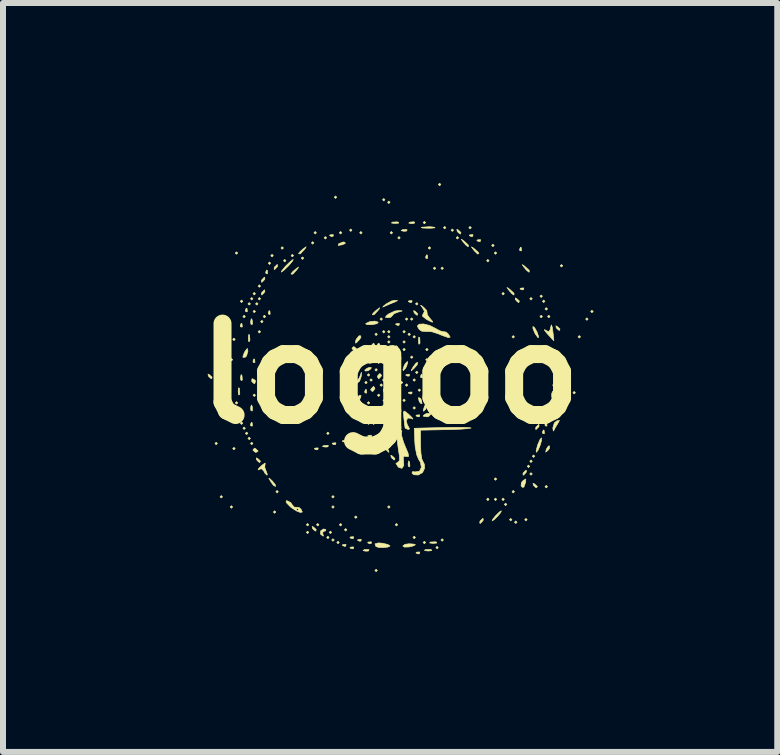
<source format=kicad_pcb>
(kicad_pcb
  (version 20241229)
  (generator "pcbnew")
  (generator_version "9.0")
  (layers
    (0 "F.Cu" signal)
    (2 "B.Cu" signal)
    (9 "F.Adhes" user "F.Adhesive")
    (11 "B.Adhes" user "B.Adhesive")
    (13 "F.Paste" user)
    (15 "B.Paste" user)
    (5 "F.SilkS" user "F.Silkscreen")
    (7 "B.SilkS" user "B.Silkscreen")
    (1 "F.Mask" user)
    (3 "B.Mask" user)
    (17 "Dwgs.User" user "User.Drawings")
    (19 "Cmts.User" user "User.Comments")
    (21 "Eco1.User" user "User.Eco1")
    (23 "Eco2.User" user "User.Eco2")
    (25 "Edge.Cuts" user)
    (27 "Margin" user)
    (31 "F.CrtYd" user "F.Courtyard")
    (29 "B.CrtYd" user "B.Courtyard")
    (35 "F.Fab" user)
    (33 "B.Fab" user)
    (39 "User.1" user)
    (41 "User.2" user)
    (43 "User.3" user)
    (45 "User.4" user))
  (footprint "logoo"
    (layer "F.Cu")
    (at 3.454 3.18)
    (property "Reference" "logoo" (at 0 0 0) (layer "F.SilkS") (effects (font (size 1.524 1.524) (thickness 0.3))))
    (attr through_hole)
    (fp_poly (pts (xy -2.879 1.164) (xy -2.9 1.185) (xy -2.921 1.164) (xy -2.9 1.143) (xy -2.879 1.164)) (stroke (width 0.01) (type solid)) (fill yes) (layer "F.SilkS"))
    (fp_poly (pts (xy -2.794 2.053) (xy -2.815 2.074) (xy -2.836 2.053) (xy -2.815 2.032) (xy -2.794 2.053)) (stroke (width 0.01) (type solid)) (fill yes) (layer "F.SilkS"))
    (fp_poly (pts (xy -2.667 0.318) (xy -2.688 0.339) (xy -2.709 0.318) (xy -2.688 0.296) (xy -2.667 0.318)) (stroke (width 0.01) (type solid)) (fill yes) (layer "F.SilkS"))
    (fp_poly (pts (xy -2.625 -0.233) (xy -2.646 -0.212) (xy -2.667 -0.233) (xy -2.646 -0.254) (xy -2.625 -0.233)) (stroke (width 0.01) (type solid)) (fill yes) (layer "F.SilkS"))
    (fp_poly (pts (xy -2.625 2.223) (xy -2.646 2.244) (xy -2.667 2.223) (xy -2.646 2.201) (xy -2.625 2.223)) (stroke (width 0.01) (type solid)) (fill yes) (layer "F.SilkS"))
    (fp_poly (pts (xy -2.582 -0.572) (xy -2.603 -0.55) (xy -2.625 -0.572) (xy -2.603 -0.593) (xy -2.582 -0.572)) (stroke (width 0.01) (type solid)) (fill yes) (layer "F.SilkS"))
    (fp_poly (pts (xy -2.582 1.249) (xy -2.603 1.27) (xy -2.625 1.249) (xy -2.603 1.228) (xy -2.582 1.249)) (stroke (width 0.01) (type solid)) (fill yes) (layer "F.SilkS"))
    (fp_poly (pts (xy -2.54 -2.011) (xy -2.561 -1.99) (xy -2.582 -2.011) (xy -2.561 -2.032) (xy -2.54 -2.011)) (stroke (width 0.01) (type solid)) (fill yes) (layer "F.SilkS"))
    (fp_poly (pts (xy -2.54 0.487) (xy -2.561 0.508) (xy -2.582 0.487) (xy -2.561 0.466) (xy -2.54 0.487)) (stroke (width 0.01) (type solid)) (fill yes) (layer "F.SilkS"))
    (fp_poly (pts (xy -2.498 0.699) (xy -2.519 0.72) (xy -2.54 0.699) (xy -2.519 0.677) (xy -2.498 0.699)) (stroke (width 0.01) (type solid)) (fill yes) (layer "F.SilkS"))
    (fp_poly (pts (xy -2.455 -1.206) (xy -2.477 -1.185) (xy -2.498 -1.206) (xy -2.477 -1.228) (xy -2.455 -1.206)) (stroke (width 0.01) (type solid)) (fill yes) (layer "F.SilkS"))
    (fp_poly (pts (xy -2.455 0.826) (xy -2.477 0.847) (xy -2.498 0.826) (xy -2.477 0.804) (xy -2.455 0.826)) (stroke (width 0.01) (type solid)) (fill yes) (layer "F.SilkS"))
    (fp_poly (pts (xy -2.413 -0.953) (xy -2.434 -0.931) (xy -2.455 -0.953) (xy -2.434 -0.974) (xy -2.413 -0.953)) (stroke (width 0.01) (type solid)) (fill yes) (layer "F.SilkS"))
    (fp_poly (pts (xy -2.413 0.91) (xy -2.434 0.931) (xy -2.455 0.91) (xy -2.434 0.889) (xy -2.413 0.91)) (stroke (width 0.01) (type solid)) (fill yes) (layer "F.SilkS"))
    (fp_poly (pts (xy -2.371 0.995) (xy -2.392 1.016) (xy -2.413 0.995) (xy -2.392 0.974) (xy -2.371 0.995)) (stroke (width 0.01) (type solid)) (fill yes) (layer "F.SilkS"))
    (fp_poly (pts (xy -2.328 -1.164) (xy -2.349 -1.143) (xy -2.371 -1.164) (xy -2.349 -1.185) (xy -2.328 -1.164)) (stroke (width 0.01) (type solid)) (fill yes) (layer "F.SilkS"))
    (fp_poly (pts (xy -2.328 1.079) (xy -2.349 1.101) (xy -2.371 1.079) (xy -2.349 1.058) (xy -2.328 1.079)) (stroke (width 0.01) (type solid)) (fill yes) (layer "F.SilkS"))
    (fp_poly (pts (xy -2.286 -1.249) (xy -2.307 -1.228) (xy -2.328 -1.249) (xy -2.307 -1.27) (xy -2.286 -1.249)) (stroke (width 0.01) (type solid)) (fill yes) (layer "F.SilkS"))
    (fp_poly (pts (xy -2.286 1.164) (xy -2.307 1.185) (xy -2.328 1.164) (xy -2.307 1.143) (xy -2.286 1.164)) (stroke (width 0.01) (type solid)) (fill yes) (layer "F.SilkS"))
    (fp_poly (pts (xy -2.244 -1.333) (xy -2.265 -1.312) (xy -2.286 -1.333) (xy -2.265 -1.355) (xy -2.244 -1.333)) (stroke (width 0.01) (type solid)) (fill yes) (layer "F.SilkS"))
    (fp_poly (pts (xy -2.244 -1.037) (xy -2.265 -1.016) (xy -2.286 -1.037) (xy -2.265 -1.058) (xy -2.244 -1.037)) (stroke (width 0.01) (type solid)) (fill yes) (layer "F.SilkS"))
    (fp_poly (pts (xy -2.244 0.36) (xy -2.265 0.381) (xy -2.286 0.36) (xy -2.265 0.339) (xy -2.244 0.36)) (stroke (width 0.01) (type solid)) (fill yes) (layer "F.SilkS"))
    (fp_poly (pts (xy -2.201 -1.164) (xy -2.223 -1.143) (xy -2.244 -1.164) (xy -2.223 -1.185) (xy -2.201 -1.164)) (stroke (width 0.01) (type solid)) (fill yes) (layer "F.SilkS"))
    (fp_poly (pts (xy -2.159 -1.46) (xy -2.18 -1.439) (xy -2.201 -1.46) (xy -2.18 -1.482) (xy -2.159 -1.46)) (stroke (width 0.01) (type solid)) (fill yes) (layer "F.SilkS"))
    (fp_poly (pts (xy -2.159 -1.249) (xy -2.18 -1.228) (xy -2.201 -1.249) (xy -2.18 -1.27) (xy -2.159 -1.249)) (stroke (width 0.01) (type solid)) (fill yes) (layer "F.SilkS"))
    (fp_poly (pts (xy -2.159 -0.699) (xy -2.18 -0.677) (xy -2.201 -0.699) (xy -2.18 -0.72) (xy -2.159 -0.699)) (stroke (width 0.01) (type solid)) (fill yes) (layer "F.SilkS"))
    (fp_poly (pts (xy -2.117 -0.868) (xy -2.138 -0.847) (xy -2.159 -0.868) (xy -2.138 -0.889) (xy -2.117 -0.868)) (stroke (width 0.01) (type solid)) (fill yes) (layer "F.SilkS"))
    (fp_poly (pts (xy -2.074 -0.953) (xy -2.095 -0.931) (xy -2.117 -0.953) (xy -2.095 -0.974) (xy -2.074 -0.953)) (stroke (width 0.01) (type solid)) (fill yes) (layer "F.SilkS"))
    (fp_poly (pts (xy -1.99 -1.841) (xy -2.011 -1.82) (xy -2.032 -1.841) (xy -2.011 -1.863) (xy -1.99 -1.841)) (stroke (width 0.01) (type solid)) (fill yes) (layer "F.SilkS"))
    (fp_poly (pts (xy -1.947 -1.968) (xy -1.968 -1.947) (xy -1.99 -1.968) (xy -1.968 -1.99) (xy -1.947 -1.968)) (stroke (width 0.01) (type solid)) (fill yes) (layer "F.SilkS"))
    (fp_poly (pts (xy -1.905 2.307) (xy -1.926 2.328) (xy -1.947 2.307) (xy -1.926 2.286) (xy -1.905 2.307)) (stroke (width 0.01) (type solid)) (fill yes) (layer "F.SilkS"))
    (fp_poly (pts (xy -1.863 1.968) (xy -1.884 1.99) (xy -1.905 1.968) (xy -1.884 1.947) (xy -1.863 1.968)) (stroke (width 0.01) (type solid)) (fill yes) (layer "F.SilkS"))
    (fp_poly (pts (xy -1.778 -2.095) (xy -1.799 -2.074) (xy -1.82 -2.095) (xy -1.799 -2.117) (xy -1.778 -2.095)) (stroke (width 0.01) (type solid)) (fill yes) (layer "F.SilkS"))
    (fp_poly (pts (xy -1.736 -1.884) (xy -1.757 -1.863) (xy -1.778 -1.884) (xy -1.757 -1.905) (xy -1.736 -1.884)) (stroke (width 0.01) (type solid)) (fill yes) (layer "F.SilkS"))
    (fp_poly (pts (xy -1.609 -1.968) (xy -1.63 -1.947) (xy -1.651 -1.968) (xy -1.63 -1.99) (xy -1.609 -1.968)) (stroke (width 0.01) (type solid)) (fill yes) (layer "F.SilkS"))
    (fp_poly (pts (xy -1.439 -1.926) (xy -1.46 -1.905) (xy -1.482 -1.926) (xy -1.46 -1.947) (xy -1.439 -1.926)) (stroke (width 0.01) (type solid)) (fill yes) (layer "F.SilkS"))
    (fp_poly (pts (xy -1.355 2.519) (xy -1.376 2.54) (xy -1.397 2.519) (xy -1.376 2.498) (xy -1.355 2.519)) (stroke (width 0.01) (type solid)) (fill yes) (layer "F.SilkS"))
    (fp_poly (pts (xy -1.355 2.646) (xy -1.376 2.667) (xy -1.397 2.646) (xy -1.376 2.625) (xy -1.355 2.646)) (stroke (width 0.01) (type solid)) (fill yes) (layer "F.SilkS"))
    (fp_poly (pts (xy -1.27 -2.18) (xy -1.291 -2.159) (xy -1.312 -2.18) (xy -1.291 -2.201) (xy -1.27 -2.18)) (stroke (width 0.01) (type solid)) (fill yes) (layer "F.SilkS"))
    (fp_poly (pts (xy -1.228 -2.349) (xy -1.249 -2.328) (xy -1.27 -2.349) (xy -1.249 -2.371) (xy -1.228 -2.349)) (stroke (width 0.01) (type solid)) (fill yes) (layer "F.SilkS"))
    (fp_poly (pts (xy -1.185 2.519) (xy -1.206 2.54) (xy -1.228 2.519) (xy -1.206 2.498) (xy -1.185 2.519)) (stroke (width 0.01) (type solid)) (fill yes) (layer "F.SilkS"))
    (fp_poly (pts (xy -1.058 -2.265) (xy -1.079 -2.244) (xy -1.101 -2.265) (xy -1.079 -2.286) (xy -1.058 -2.265)) (stroke (width 0.01) (type solid)) (fill yes) (layer "F.SilkS"))
    (fp_poly (pts (xy -1.016 0.995) (xy -1.037 1.016) (xy -1.058 0.995) (xy -1.037 0.974) (xy -1.016 0.995)) (stroke (width 0.01) (type solid)) (fill yes) (layer "F.SilkS"))
    (fp_poly (pts (xy -1.016 2.731) (xy -1.037 2.752) (xy -1.058 2.731) (xy -1.037 2.709) (xy -1.016 2.731)) (stroke (width 0.01) (type solid)) (fill yes) (layer "F.SilkS"))
    (fp_poly (pts (xy -0.974 2.646) (xy -0.995 2.667) (xy -1.016 2.646) (xy -0.995 2.625) (xy -0.974 2.646)) (stroke (width 0.01) (type solid)) (fill yes) (layer "F.SilkS"))
    (fp_poly (pts (xy -0.931 2.053) (xy -0.953 2.074) (xy -0.974 2.053) (xy -0.953 2.032) (xy -0.931 2.053)) (stroke (width 0.01) (type solid)) (fill yes) (layer "F.SilkS"))
    (fp_poly (pts (xy -0.931 2.223) (xy -0.953 2.244) (xy -0.974 2.223) (xy -0.953 2.201) (xy -0.931 2.223)) (stroke (width 0.01) (type solid)) (fill yes) (layer "F.SilkS"))
    (fp_poly (pts (xy -0.931 2.773) (xy -0.953 2.794) (xy -0.974 2.773) (xy -0.953 2.752) (xy -0.931 2.773)) (stroke (width 0.01) (type solid)) (fill yes) (layer "F.SilkS"))
    (fp_poly (pts (xy -0.889 -2.942) (xy -0.91 -2.921) (xy -0.931 -2.942) (xy -0.91 -2.963) (xy -0.889 -2.942)) (stroke (width 0.01) (type solid)) (fill yes) (layer "F.SilkS"))
    (fp_poly (pts (xy -0.847 2.815) (xy -0.868 2.836) (xy -0.889 2.815) (xy -0.868 2.794) (xy -0.847 2.815)) (stroke (width 0.01) (type solid)) (fill yes) (layer "F.SilkS"))
    (fp_poly (pts (xy -0.804 -2.349) (xy -0.826 -2.328) (xy -0.847 -2.349) (xy -0.826 -2.371) (xy -0.804 -2.349)) (stroke (width 0.01) (type solid)) (fill yes) (layer "F.SilkS"))
    (fp_poly (pts (xy -0.804 2.519) (xy -0.826 2.54) (xy -0.847 2.519) (xy -0.826 2.498) (xy -0.804 2.519)) (stroke (width 0.01) (type solid)) (fill yes) (layer "F.SilkS"))
    (fp_poly (pts (xy -0.72 2.603) (xy -0.741 2.625) (xy -0.762 2.603) (xy -0.741 2.582) (xy -0.72 2.603)) (stroke (width 0.01) (type solid)) (fill yes) (layer "F.SilkS"))
    (fp_poly (pts (xy -0.635 -2.392) (xy -0.656 -2.371) (xy -0.677 -2.392) (xy -0.656 -2.413) (xy -0.635 -2.392)) (stroke (width 0.01) (type solid)) (fill yes) (layer "F.SilkS"))
    (fp_poly (pts (xy -0.55 -0.106) (xy -0.572 -0.085) (xy -0.593 -0.106) (xy -0.572 -0.127) (xy -0.55 -0.106)) (stroke (width 0.01) (type solid)) (fill yes) (layer "F.SilkS"))
    (fp_poly (pts (xy -0.55 1.079) (xy -0.572 1.101) (xy -0.593 1.079) (xy -0.572 1.058) (xy -0.55 1.079)) (stroke (width 0.01) (type solid)) (fill yes) (layer "F.SilkS"))
    (fp_poly (pts (xy -0.55 2.392) (xy -0.572 2.413) (xy -0.593 2.392) (xy -0.572 2.371) (xy -0.55 2.392)) (stroke (width 0.01) (type solid)) (fill yes) (layer "F.SilkS"))
    (fp_poly (pts (xy -0.466 -2.349) (xy -0.487 -2.328) (xy -0.508 -2.349) (xy -0.487 -2.371) (xy -0.466 -2.349)) (stroke (width 0.01) (type solid)) (fill yes) (layer "F.SilkS"))
    (fp_poly (pts (xy -0.466 -0.148) (xy -0.487 -0.127) (xy -0.508 -0.148) (xy -0.487 -0.169) (xy -0.466 -0.148)) (stroke (width 0.01) (type solid)) (fill yes) (layer "F.SilkS"))
    (fp_poly (pts (xy -0.381 0.148) (xy -0.402 0.169) (xy -0.423 0.148) (xy -0.402 0.127) (xy -0.381 0.148)) (stroke (width 0.01) (type solid)) (fill yes) (layer "F.SilkS"))
    (fp_poly (pts (xy -0.339 0.021) (xy -0.36 0.042) (xy -0.381 0.021) (xy -0.36 0) (xy -0.339 0.021)) (stroke (width 0.01) (type solid)) (fill yes) (layer "F.SilkS"))
    (fp_poly (pts (xy -0.339 0.487) (xy -0.36 0.508) (xy -0.381 0.487) (xy -0.36 0.466) (xy -0.339 0.487)) (stroke (width 0.01) (type solid)) (fill yes) (layer "F.SilkS"))
    (fp_poly (pts (xy -0.339 0.826) (xy -0.36 0.847) (xy -0.381 0.826) (xy -0.36 0.804) (xy -0.339 0.826)) (stroke (width 0.01) (type solid)) (fill yes) (layer "F.SilkS"))
    (fp_poly (pts (xy -0.296 0.106) (xy -0.318 0.127) (xy -0.339 0.106) (xy -0.318 0.085) (xy -0.296 0.106)) (stroke (width 0.01) (type solid)) (fill yes) (layer "F.SilkS"))
    (fp_poly (pts (xy -0.212 -0.656) (xy -0.233 -0.635) (xy -0.254 -0.656) (xy -0.233 -0.677) (xy -0.212 -0.656)) (stroke (width 0.01) (type solid)) (fill yes) (layer "F.SilkS"))
    (fp_poly (pts (xy -0.212 -0.064) (xy -0.233 -0.042) (xy -0.254 -0.064) (xy -0.233 -0.085) (xy -0.212 -0.064)) (stroke (width 0.01) (type solid)) (fill yes) (layer "F.SilkS"))
    (fp_poly (pts (xy -0.212 3.281) (xy -0.233 3.302) (xy -0.254 3.281) (xy -0.233 3.26) (xy -0.212 3.281)) (stroke (width 0.01) (type solid)) (fill yes) (layer "F.SilkS"))
    (fp_poly (pts (xy -0.169 -0.487) (xy -0.191 -0.466) (xy -0.212 -0.487) (xy -0.191 -0.508) (xy -0.169 -0.487)) (stroke (width 0.01) (type solid)) (fill yes) (layer "F.SilkS"))
    (fp_poly (pts (xy -0.169 -0.191) (xy -0.191 -0.169) (xy -0.212 -0.191) (xy -0.191 -0.212) (xy -0.169 -0.191)) (stroke (width 0.01) (type solid)) (fill yes) (layer "F.SilkS"))
    (fp_poly (pts (xy -0.169 0.36) (xy -0.191 0.381) (xy -0.212 0.36) (xy -0.191 0.339) (xy -0.169 0.36)) (stroke (width 0.01) (type solid)) (fill yes) (layer "F.SilkS"))
    (fp_poly (pts (xy -0.127 -0.91) (xy -0.148 -0.889) (xy -0.169 -0.91) (xy -0.148 -0.931) (xy -0.127 -0.91)) (stroke (width 0.01) (type solid)) (fill yes) (layer "F.SilkS"))
    (fp_poly (pts (xy -0.127 0.191) (xy -0.148 0.212) (xy -0.169 0.191) (xy -0.148 0.169) (xy -0.127 0.191)) (stroke (width 0.01) (type solid)) (fill yes) (layer "F.SilkS"))
    (fp_poly (pts (xy -0.085 -2.9) (xy -0.106 -2.879) (xy -0.127 -2.9) (xy -0.106 -2.921) (xy -0.085 -2.9)) (stroke (width 0.01) (type solid)) (fill yes) (layer "F.SilkS"))
    (fp_poly (pts (xy -0.085 -0.699) (xy -0.106 -0.677) (xy -0.127 -0.699) (xy -0.106 -0.72) (xy -0.085 -0.699)) (stroke (width 0.01) (type solid)) (fill yes) (layer "F.SilkS"))
    (fp_poly (pts (xy -0.085 0.106) (xy -0.106 0.127) (xy -0.127 0.106) (xy -0.106 0.085) (xy -0.085 0.106)) (stroke (width 0.01) (type solid)) (fill yes) (layer "F.SilkS"))
    (fp_poly (pts (xy -0.042 -0.148) (xy -0.064 -0.127) (xy -0.085 -0.148) (xy -0.064 -0.169) (xy -0.042 -0.148)) (stroke (width 0.01) (type solid)) (fill yes) (layer "F.SilkS"))
    (fp_poly (pts (xy 0 -2.857) (xy -0.021 -2.836) (xy -0.042 -2.857) (xy -0.021 -2.879) (xy 0 -2.857)) (stroke (width 0.01) (type solid)) (fill yes) (layer "F.SilkS"))
    (fp_poly (pts (xy 0 -0.699) (xy -0.021 -0.677) (xy -0.042 -0.699) (xy -0.021 -0.72) (xy 0 -0.699)) (stroke (width 0.01) (type solid)) (fill yes) (layer "F.SilkS"))
    (fp_poly (pts (xy 0 -0.614) (xy -0.021 -0.593) (xy -0.042 -0.614) (xy -0.021 -0.635) (xy 0 -0.614)) (stroke (width 0.01) (type solid)) (fill yes) (layer "F.SilkS"))
    (fp_poly (pts (xy 0 -0.529) (xy -0.021 -0.508) (xy -0.042 -0.529) (xy -0.021 -0.55) (xy 0 -0.529)) (stroke (width 0.01) (type solid)) (fill yes) (layer "F.SilkS"))
    (fp_poly (pts (xy 0 2.223) (xy -0.021 2.244) (xy -0.042 2.223) (xy -0.021 2.201) (xy 0 2.223)) (stroke (width 0.01) (type solid)) (fill yes) (layer "F.SilkS"))
    (fp_poly (pts (xy 0.042 -2.349) (xy 0.021 -2.328) (xy 0 -2.349) (xy 0.021 -2.371) (xy 0.042 -2.349)) (stroke (width 0.01) (type solid)) (fill yes) (layer "F.SilkS"))
    (fp_poly (pts (xy 0.042 -0.402) (xy 0.021 -0.381) (xy 0 -0.402) (xy 0.021 -0.423) (xy 0.042 -0.402)) (stroke (width 0.01) (type solid)) (fill yes) (layer "F.SilkS"))
    (fp_poly (pts (xy 0.042 0.064) (xy 0.021 0.085) (xy 0 0.064) (xy 0.021 0.042) (xy 0.042 0.064)) (stroke (width 0.01) (type solid)) (fill yes) (layer "F.SilkS"))
    (fp_poly (pts (xy 0.042 0.445) (xy 0.021 0.466) (xy 0 0.445) (xy 0.021 0.423) (xy 0.042 0.445)) (stroke (width 0.01) (type solid)) (fill yes) (layer "F.SilkS"))
    (fp_poly (pts (xy 0.085 -0.275) (xy 0.064 -0.254) (xy 0.042 -0.275) (xy 0.064 -0.296) (xy 0.085 -0.275)) (stroke (width 0.01) (type solid)) (fill yes) (layer "F.SilkS"))
    (fp_poly (pts (xy 0.085 0.529) (xy 0.064 0.55) (xy 0.042 0.529) (xy 0.064 0.508) (xy 0.085 0.529)) (stroke (width 0.01) (type solid)) (fill yes) (layer "F.SilkS"))
    (fp_poly (pts (xy 0.127 -0.445) (xy 0.106 -0.423) (xy 0.085 -0.445) (xy 0.106 -0.466) (xy 0.127 -0.445)) (stroke (width 0.01) (type solid)) (fill yes) (layer "F.SilkS"))
    (fp_poly (pts (xy 0.127 2.519) (xy 0.106 2.54) (xy 0.085 2.519) (xy 0.106 2.498) (xy 0.127 2.519)) (stroke (width 0.01) (type solid)) (fill yes) (layer "F.SilkS"))
    (fp_poly (pts (xy 0.169 -2.265) (xy 0.148 -2.244) (xy 0.127 -2.265) (xy 0.148 -2.286) (xy 0.169 -2.265)) (stroke (width 0.01) (type solid)) (fill yes) (layer "F.SilkS"))
    (fp_poly (pts (xy 0.169 0.402) (xy 0.148 0.423) (xy 0.127 0.402) (xy 0.148 0.381) (xy 0.169 0.402)) (stroke (width 0.01) (type solid)) (fill yes) (layer "F.SilkS"))
    (fp_poly (pts (xy 0.212 0.148) (xy 0.191 0.169) (xy 0.169 0.148) (xy 0.191 0.127) (xy 0.212 0.148)) (stroke (width 0.01) (type solid)) (fill yes) (layer "F.SilkS"))
    (fp_poly (pts (xy 0.254 -0.699) (xy 0.233 -0.677) (xy 0.212 -0.699) (xy 0.233 -0.72) (xy 0.254 -0.699)) (stroke (width 0.01) (type solid)) (fill yes) (layer "F.SilkS"))
    (fp_poly (pts (xy 0.254 -0.529) (xy 0.233 -0.508) (xy 0.212 -0.529) (xy 0.233 -0.55) (xy 0.254 -0.529)) (stroke (width 0.01) (type solid)) (fill yes) (layer "F.SilkS"))
    (fp_poly (pts (xy 0.254 -0.402) (xy 0.233 -0.381) (xy 0.212 -0.402) (xy 0.233 -0.423) (xy 0.254 -0.402)) (stroke (width 0.01) (type solid)) (fill yes) (layer "F.SilkS"))
    (fp_poly (pts (xy 0.254 0.445) (xy 0.233 0.466) (xy 0.212 0.445) (xy 0.233 0.423) (xy 0.254 0.445)) (stroke (width 0.01) (type solid)) (fill yes) (layer "F.SilkS"))
    (fp_poly (pts (xy 0.296 -0.91) (xy 0.275 -0.889) (xy 0.254 -0.91) (xy 0.275 -0.931) (xy 0.296 -0.91)) (stroke (width 0.01) (type solid)) (fill yes) (layer "F.SilkS"))
    (fp_poly (pts (xy 0.296 0.191) (xy 0.275 0.212) (xy 0.254 0.191) (xy 0.275 0.169) (xy 0.296 0.191)) (stroke (width 0.01) (type solid)) (fill yes) (layer "F.SilkS"))
    (fp_poly (pts (xy 0.339 -0.656) (xy 0.318 -0.635) (xy 0.296 -0.656) (xy 0.318 -0.677) (xy 0.339 -0.656)) (stroke (width 0.01) (type solid)) (fill yes) (layer "F.SilkS"))
    (fp_poly (pts (xy 0.381 -0.91) (xy 0.36 -0.889) (xy 0.339 -0.91) (xy 0.36 -0.931) (xy 0.381 -0.91)) (stroke (width 0.01) (type solid)) (fill yes) (layer "F.SilkS"))
    (fp_poly (pts (xy 0.381 -0.275) (xy 0.36 -0.254) (xy 0.339 -0.275) (xy 0.36 -0.296) (xy 0.381 -0.275)) (stroke (width 0.01) (type solid)) (fill yes) (layer "F.SilkS"))
    (fp_poly (pts (xy 0.423 -0.614) (xy 0.402 -0.593) (xy 0.381 -0.614) (xy 0.402 -0.635) (xy 0.423 -0.614)) (stroke (width 0.01) (type solid)) (fill yes) (layer "F.SilkS"))
    (fp_poly (pts (xy 0.423 0.106) (xy 0.402 0.127) (xy 0.381 0.106) (xy 0.402 0.085) (xy 0.423 0.106)) (stroke (width 0.01) (type solid)) (fill yes) (layer "F.SilkS"))
    (fp_poly (pts (xy 0.423 0.572) (xy 0.402 0.593) (xy 0.381 0.572) (xy 0.402 0.55) (xy 0.423 0.572)) (stroke (width 0.01) (type solid)) (fill yes) (layer "F.SilkS"))
    (fp_poly (pts (xy 0.423 2.731) (xy 0.402 2.752) (xy 0.381 2.731) (xy 0.402 2.709) (xy 0.423 2.731)) (stroke (width 0.01) (type solid)) (fill yes) (layer "F.SilkS"))
    (fp_poly (pts (xy 0.466 -1.164) (xy 0.445 -1.143) (xy 0.423 -1.164) (xy 0.445 -1.185) (xy 0.466 -1.164)) (stroke (width 0.01) (type solid)) (fill yes) (layer "F.SilkS"))
    (fp_poly (pts (xy 0.466 -0.021) (xy 0.445 0) (xy 0.423 -0.021) (xy 0.445 -0.042) (xy 0.466 -0.021)) (stroke (width 0.01) (type solid)) (fill yes) (layer "F.SilkS"))
    (fp_poly (pts (xy 0.508 0.275) (xy 0.487 0.296) (xy 0.466 0.275) (xy 0.487 0.254) (xy 0.508 0.275)) (stroke (width 0.01) (type solid)) (fill yes) (layer "F.SilkS"))
    (fp_poly (pts (xy 0.593 -2.519) (xy 0.572 -2.498) (xy 0.55 -2.519) (xy 0.572 -2.54) (xy 0.593 -2.519)) (stroke (width 0.01) (type solid)) (fill yes) (layer "F.SilkS"))
    (fp_poly (pts (xy 0.593 2.815) (xy 0.572 2.836) (xy 0.55 2.815) (xy 0.572 2.794) (xy 0.593 2.815)) (stroke (width 0.01) (type solid)) (fill yes) (layer "F.SilkS"))
    (fp_poly (pts (xy 0.635 -0.402) (xy 0.614 -0.381) (xy 0.593 -0.402) (xy 0.614 -0.423) (xy 0.635 -0.402)) (stroke (width 0.01) (type solid)) (fill yes) (layer "F.SilkS"))
    (fp_poly (pts (xy 0.635 -0.233) (xy 0.614 -0.212) (xy 0.593 -0.233) (xy 0.614 -0.254) (xy 0.635 -0.233)) (stroke (width 0.01) (type solid)) (fill yes) (layer "F.SilkS"))
    (fp_poly (pts (xy 0.635 0.064) (xy 0.614 0.085) (xy 0.593 0.064) (xy 0.614 0.042) (xy 0.635 0.064)) (stroke (width 0.01) (type solid)) (fill yes) (layer "F.SilkS"))
    (fp_poly (pts (xy 0.677 -2.095) (xy 0.656 -2.074) (xy 0.635 -2.095) (xy 0.656 -2.117) (xy 0.677 -2.095)) (stroke (width 0.01) (type solid)) (fill yes) (layer "F.SilkS"))
    (fp_poly (pts (xy 0.762 -1.757) (xy 0.741 -1.736) (xy 0.72 -1.757) (xy 0.741 -1.778) (xy 0.762 -1.757)) (stroke (width 0.01) (type solid)) (fill yes) (layer "F.SilkS"))
    (fp_poly (pts (xy 0.804 2.9) (xy 0.783 2.921) (xy 0.762 2.9) (xy 0.783 2.879) (xy 0.804 2.9)) (stroke (width 0.01) (type solid)) (fill yes) (layer "F.SilkS"))
    (fp_poly (pts (xy 0.847 -3.154) (xy 0.826 -3.133) (xy 0.804 -3.154) (xy 0.826 -3.175) (xy 0.847 -3.154)) (stroke (width 0.01) (type solid)) (fill yes) (layer "F.SilkS"))
    (fp_poly (pts (xy 0.889 -1.757) (xy 0.868 -1.736) (xy 0.847 -1.757) (xy 0.868 -1.778) (xy 0.889 -1.757)) (stroke (width 0.01) (type solid)) (fill yes) (layer "F.SilkS"))
    (fp_poly (pts (xy 0.889 2.773) (xy 0.868 2.794) (xy 0.847 2.773) (xy 0.868 2.752) (xy 0.889 2.773)) (stroke (width 0.01) (type solid)) (fill yes) (layer "F.SilkS"))
    (fp_poly (pts (xy 0.931 -2.434) (xy 0.91 -2.413) (xy 0.889 -2.434) (xy 0.91 -2.455) (xy 0.931 -2.434)) (stroke (width 0.01) (type solid)) (fill yes) (layer "F.SilkS"))
    (fp_poly (pts (xy 1.058 -2.392) (xy 1.037 -2.371) (xy 1.016 -2.392) (xy 1.037 -2.413) (xy 1.058 -2.392)) (stroke (width 0.01) (type solid)) (fill yes) (layer "F.SilkS"))
    (fp_poly (pts (xy 1.143 -2.265) (xy 1.122 -2.244) (xy 1.101 -2.265) (xy 1.122 -2.286) (xy 1.143 -2.265)) (stroke (width 0.01) (type solid)) (fill yes) (layer "F.SilkS"))
    (fp_poly (pts (xy 1.355 -2.434) (xy 1.333 -2.413) (xy 1.312 -2.434) (xy 1.333 -2.455) (xy 1.355 -2.434)) (stroke (width 0.01) (type solid)) (fill yes) (layer "F.SilkS"))
    (fp_poly (pts (xy 1.355 0.656) (xy 1.333 0.677) (xy 1.312 0.656) (xy 1.333 0.635) (xy 1.355 0.656)) (stroke (width 0.01) (type solid)) (fill yes) (layer "F.SilkS"))
    (fp_poly (pts (xy 1.651 -1.884) (xy 1.63 -1.863) (xy 1.609 -1.884) (xy 1.63 -1.905) (xy 1.651 -1.884)) (stroke (width 0.01) (type solid)) (fill yes) (layer "F.SilkS"))
    (fp_poly (pts (xy 1.651 2.095) (xy 1.63 2.117) (xy 1.609 2.095) (xy 1.63 2.074) (xy 1.651 2.095)) (stroke (width 0.01) (type solid)) (fill yes) (layer "F.SilkS"))
    (fp_poly (pts (xy 1.736 -2.138) (xy 1.714 -2.117) (xy 1.693 -2.138) (xy 1.714 -2.159) (xy 1.736 -2.138)) (stroke (width 0.01) (type solid)) (fill yes) (layer "F.SilkS"))
    (fp_poly (pts (xy 1.778 -2.011) (xy 1.757 -1.99) (xy 1.736 -2.011) (xy 1.757 -2.032) (xy 1.778 -2.011)) (stroke (width 0.01) (type solid)) (fill yes) (layer "F.SilkS"))
    (fp_poly (pts (xy 1.778 1.757) (xy 1.757 1.778) (xy 1.736 1.757) (xy 1.757 1.736) (xy 1.778 1.757)) (stroke (width 0.01) (type solid)) (fill yes) (layer "F.SilkS"))
    (fp_poly (pts (xy 1.778 2.095) (xy 1.757 2.117) (xy 1.736 2.095) (xy 1.757 2.074) (xy 1.778 2.095)) (stroke (width 0.01) (type solid)) (fill yes) (layer "F.SilkS"))
    (fp_poly (pts (xy 1.905 -1.333) (xy 1.884 -1.312) (xy 1.863 -1.333) (xy 1.884 -1.355) (xy 1.905 -1.333)) (stroke (width 0.01) (type solid)) (fill yes) (layer "F.SilkS"))
    (fp_poly (pts (xy 1.905 2.095) (xy 1.884 2.117) (xy 1.863 2.095) (xy 1.884 2.074) (xy 1.905 2.095)) (stroke (width 0.01) (type solid)) (fill yes) (layer "F.SilkS"))
    (fp_poly (pts (xy 1.947 2.18) (xy 1.926 2.201) (xy 1.905 2.18) (xy 1.926 2.159) (xy 1.947 2.18)) (stroke (width 0.01) (type solid)) (fill yes) (layer "F.SilkS"))
    (fp_poly (pts (xy 2.032 2.434) (xy 2.011 2.455) (xy 1.99 2.434) (xy 2.011 2.413) (xy 2.032 2.434)) (stroke (width 0.01) (type solid)) (fill yes) (layer "F.SilkS"))
    (fp_poly (pts (xy 2.074 -0.614) (xy 2.053 -0.593) (xy 2.032 -0.614) (xy 2.053 -0.635) (xy 2.074 -0.614)) (stroke (width 0.01) (type solid)) (fill yes) (layer "F.SilkS"))
    (fp_poly (pts (xy 2.074 1.968) (xy 2.053 1.99) (xy 2.032 1.968) (xy 2.053 1.947) (xy 2.074 1.968)) (stroke (width 0.01) (type solid)) (fill yes) (layer "F.SilkS"))
    (fp_poly (pts (xy 2.117 2.477) (xy 2.095 2.498) (xy 2.074 2.477) (xy 2.095 2.455) (xy 2.117 2.477)) (stroke (width 0.01) (type solid)) (fill yes) (layer "F.SilkS"))
    (fp_poly (pts (xy 2.286 2.434) (xy 2.265 2.455) (xy 2.244 2.434) (xy 2.265 2.413) (xy 2.286 2.434)) (stroke (width 0.01) (type solid)) (fill yes) (layer "F.SilkS"))
    (fp_poly (pts (xy 2.328 1.545) (xy 2.307 1.566) (xy 2.286 1.545) (xy 2.307 1.524) (xy 2.328 1.545)) (stroke (width 0.01) (type solid)) (fill yes) (layer "F.SilkS"))
    (fp_poly (pts (xy 2.371 -1.249) (xy 2.349 -1.228) (xy 2.328 -1.249) (xy 2.349 -1.27) (xy 2.371 -1.249)) (stroke (width 0.01) (type solid)) (fill yes) (layer "F.SilkS"))
    (fp_poly (pts (xy 2.371 1.46) (xy 2.349 1.482) (xy 2.328 1.46) (xy 2.349 1.439) (xy 2.371 1.46)) (stroke (width 0.01) (type solid)) (fill yes) (layer "F.SilkS"))
    (fp_poly (pts (xy 2.371 1.672) (xy 2.349 1.693) (xy 2.328 1.672) (xy 2.349 1.651) (xy 2.371 1.672)) (stroke (width 0.01) (type solid)) (fill yes) (layer "F.SilkS"))
    (fp_poly (pts (xy 2.413 1.376) (xy 2.392 1.397) (xy 2.371 1.376) (xy 2.392 1.355) (xy 2.413 1.376)) (stroke (width 0.01) (type solid)) (fill yes) (layer "F.SilkS"))
    (fp_poly (pts (xy 2.54 -1.291) (xy 2.519 -1.27) (xy 2.498 -1.291) (xy 2.519 -1.312) (xy 2.54 -1.291)) (stroke (width 0.01) (type solid)) (fill yes) (layer "F.SilkS"))
    (fp_poly (pts (xy 2.54 -0.953) (xy 2.519 -0.931) (xy 2.498 -0.953) (xy 2.519 -0.974) (xy 2.54 -0.953)) (stroke (width 0.01) (type solid)) (fill yes) (layer "F.SilkS"))
    (fp_poly (pts (xy 2.582 -1.206) (xy 2.561 -1.185) (xy 2.54 -1.206) (xy 2.561 -1.228) (xy 2.582 -1.206)) (stroke (width 0.01) (type solid)) (fill yes) (layer "F.SilkS"))
    (fp_poly (pts (xy 2.625 -1.079) (xy 2.603 -1.058) (xy 2.582 -1.079) (xy 2.603 -1.101) (xy 2.625 -1.079)) (stroke (width 0.01) (type solid)) (fill yes) (layer "F.SilkS"))
    (fp_poly (pts (xy 2.625 1.884) (xy 2.603 1.905) (xy 2.582 1.884) (xy 2.603 1.863) (xy 2.625 1.884)) (stroke (width 0.01) (type solid)) (fill yes) (layer "F.SilkS"))
    (fp_poly (pts (xy 2.667 -0.953) (xy 2.646 -0.931) (xy 2.625 -0.953) (xy 2.646 -0.974) (xy 2.667 -0.953)) (stroke (width 0.01) (type solid)) (fill yes) (layer "F.SilkS"))
    (fp_poly (pts (xy 2.752 0.191) (xy 2.731 0.212) (xy 2.709 0.191) (xy 2.731 0.169) (xy 2.752 0.191)) (stroke (width 0.01) (type solid)) (fill yes) (layer "F.SilkS"))
    (fp_poly (pts (xy 2.752 0.656) (xy 2.731 0.677) (xy 2.709 0.656) (xy 2.731 0.635) (xy 2.752 0.656)) (stroke (width 0.01) (type solid)) (fill yes) (layer "F.SilkS"))
    (fp_poly (pts (xy 2.794 -0.064) (xy 2.773 -0.042) (xy 2.752 -0.064) (xy 2.773 -0.085) (xy 2.794 -0.064)) (stroke (width 0.01) (type solid)) (fill yes) (layer "F.SilkS"))
    (fp_poly (pts (xy 2.836 -0.233) (xy 2.815 -0.212) (xy 2.794 -0.233) (xy 2.815 -0.254) (xy 2.836 -0.233)) (stroke (width 0.01) (type solid)) (fill yes) (layer "F.SilkS"))
    (fp_poly (pts (xy 2.879 -1.799) (xy 2.857 -1.778) (xy 2.836 -1.799) (xy 2.857 -1.82) (xy 2.879 -1.799)) (stroke (width 0.01) (type solid)) (fill yes) (layer "F.SilkS"))
    (fp_poly (pts (xy 2.921 0.445) (xy 2.9 0.466) (xy 2.879 0.445) (xy 2.9 0.423) (xy 2.921 0.445)) (stroke (width 0.01) (type solid)) (fill yes) (layer "F.SilkS"))
    (fp_poly (pts (xy 3.006 0.233) (xy 2.985 0.254) (xy 2.963 0.233) (xy 2.985 0.212) (xy 3.006 0.233)) (stroke (width 0.01) (type solid)) (fill yes) (layer "F.SilkS"))
    (fp_poly (pts (xy 3.09 0.318) (xy 3.069 0.339) (xy 3.048 0.318) (xy 3.069 0.296) (xy 3.09 0.318)) (stroke (width 0.01) (type solid)) (fill yes) (layer "F.SilkS"))
    (fp_poly (pts (xy 3.175 -0.614) (xy 3.154 -0.593) (xy 3.133 -0.614) (xy 3.154 -0.635) (xy 3.175 -0.614)) (stroke (width 0.01) (type solid)) (fill yes) (layer "F.SilkS"))
    (fp_poly (pts (xy 3.302 -0.91) (xy 3.281 -0.889) (xy 3.26 -0.91) (xy 3.281 -0.931) (xy 3.302 -0.91)) (stroke (width 0.01) (type solid)) (fill yes) (layer "F.SilkS"))
    (fp_poly (pts (xy 3.387 -1.037) (xy 3.365 -1.016) (xy 3.344 -1.037) (xy 3.365 -1.058) (xy 3.387 -1.037)) (stroke (width 0.01) (type solid)) (fill yes) (layer "F.SilkS"))
    (fp_poly (pts (xy -2.512 0.243) (xy -2.506 0.33) (xy -2.512 0.349) (xy -2.527 0.355) (xy -2.533 0.296) (xy -2.527 0.236) (xy -2.512 0.243)) (stroke (width 0.01) (type solid)) (fill yes) (layer "F.SilkS"))
    (fp_poly (pts (xy -2.469 -0.833) (xy -2.464 -0.782) (xy -2.469 -0.776) (xy -2.495 -0.782) (xy -2.498 -0.804) (xy -2.482 -0.839) (xy -2.469 -0.833)) (stroke (width 0.01) (type solid)) (fill yes) (layer "F.SilkS"))
    (fp_poly (pts (xy -2.469 0.034) (xy -2.464 0.101) (xy -2.472 0.116) (xy -2.491 0.103) (xy -2.494 0.06) (xy -2.484 0.015) (xy -2.469 0.034)) (stroke (width 0.01) (type solid)) (fill yes) (layer "F.SilkS"))
    (fp_poly (pts (xy -2.385 -1.087) (xy -2.38 -1.036) (xy -2.385 -1.03) (xy -2.41 -1.036) (xy -2.413 -1.058) (xy -2.398 -1.093) (xy -2.385 -1.087)) (stroke (width 0.01) (type solid)) (fill yes) (layer "F.SilkS"))
    (fp_poly (pts (xy -2.343 -0.646) (xy -2.337 -0.559) (xy -2.343 -0.54) (xy -2.358 -0.534) (xy -2.364 -0.593) (xy -2.357 -0.653) (xy -2.343 -0.646)) (stroke (width 0.01) (type solid)) (fill yes) (layer "F.SilkS"))
    (fp_poly (pts (xy -2.3 0.818) (xy -2.295 0.869) (xy -2.3 0.875) (xy -2.325 0.869) (xy -2.328 0.847) (xy -2.313 0.812) (xy -2.3 0.818)) (stroke (width 0.01) (type solid)) (fill yes) (layer "F.SilkS"))
    (fp_poly (pts (xy -2.299 -0.897) (xy -2.294 -0.831) (xy -2.303 -0.816) (xy -2.322 -0.828) (xy -2.325 -0.871) (xy -2.315 -0.917) (xy -2.299 -0.897)) (stroke (width 0.01) (type solid)) (fill yes) (layer "F.SilkS"))
    (fp_poly (pts (xy -2.299 0.542) (xy -2.294 0.609) (xy -2.303 0.624) (xy -2.322 0.611) (xy -2.325 0.568) (xy -2.315 0.523) (xy -2.299 0.542)) (stroke (width 0.01) (type solid)) (fill yes) (layer "F.SilkS"))
    (fp_poly (pts (xy -2.258 -0.24) (xy -2.253 -0.19) (xy -2.258 -0.183) (xy -2.283 -0.189) (xy -2.286 -0.212) (xy -2.271 -0.247) (xy -2.258 -0.24)) (stroke (width 0.01) (type solid)) (fill yes) (layer "F.SilkS"))
    (fp_poly (pts (xy -2.046 -1.722) (xy -2.041 -1.671) (xy -2.046 -1.665) (xy -2.071 -1.671) (xy -2.074 -1.693) (xy -2.059 -1.728) (xy -2.046 -1.722)) (stroke (width 0.01) (type solid)) (fill yes) (layer "F.SilkS"))
    (fp_poly (pts (xy -2.004 -1.044) (xy -1.999 -0.994) (xy -2.004 -0.988) (xy -2.029 -0.994) (xy -2.032 -1.016) (xy -2.017 -1.051) (xy -2.004 -1.044)) (stroke (width 0.01) (type solid)) (fill yes) (layer "F.SilkS"))
    (fp_poly (pts (xy -1.199 1.242) (xy -1.205 1.267) (xy -1.228 1.27) (xy -1.263 1.255) (xy -1.256 1.242) (xy -1.206 1.237) (xy -1.199 1.242)) (stroke (width 0.01) (type solid)) (fill yes) (layer "F.SilkS"))
    (fp_poly (pts (xy -1.027 1.202) (xy -1.04 1.221) (xy -1.083 1.224) (xy -1.128 1.214) (xy -1.109 1.199) (xy -1.042 1.194) (xy -1.027 1.202)) (stroke (width 0.01) (type solid)) (fill yes) (layer "F.SilkS"))
    (fp_poly (pts (xy -0.945 -2.314) (xy -0.951 -2.289) (xy -0.974 -2.286) (xy -1.009 -2.301) (xy -1.002 -2.314) (xy -0.952 -2.319) (xy -0.945 -2.314)) (stroke (width 0.01) (type solid)) (fill yes) (layer "F.SilkS"))
    (fp_poly (pts (xy -0.903 1.157) (xy -0.909 1.182) (xy -0.931 1.185) (xy -0.966 1.17) (xy -0.96 1.157) (xy -0.909 1.152) (xy -0.903 1.157)) (stroke (width 0.01) (type solid)) (fill yes) (layer "F.SilkS"))
    (fp_poly (pts (xy -0.734 1.115) (xy -0.74 1.14) (xy -0.762 1.143) (xy -0.797 1.128) (xy -0.79 1.115) (xy -0.74 1.11) (xy -0.734 1.115)) (stroke (width 0.01) (type solid)) (fill yes) (layer "F.SilkS"))
    (fp_poly (pts (xy -0.734 2.85) (xy -0.74 2.876) (xy -0.762 2.879) (xy -0.797 2.863) (xy -0.79 2.85) (xy -0.74 2.845) (xy -0.734 2.85)) (stroke (width 0.01) (type solid)) (fill yes) (layer "F.SilkS"))
    (fp_poly (pts (xy -0.607 2.723) (xy -0.613 2.749) (xy -0.635 2.752) (xy -0.67 2.736) (xy -0.663 2.723) (xy -0.613 2.718) (xy -0.607 2.723)) (stroke (width 0.01) (type solid)) (fill yes) (layer "F.SilkS"))
    (fp_poly (pts (xy -0.607 2.893) (xy -0.613 2.918) (xy -0.635 2.921) (xy -0.67 2.906) (xy -0.663 2.893) (xy -0.613 2.888) (xy -0.607 2.893)) (stroke (width 0.01) (type solid)) (fill yes) (layer "F.SilkS"))
    (fp_poly (pts (xy -0.48 2.766) (xy -0.486 2.791) (xy -0.508 2.794) (xy -0.543 2.779) (xy -0.536 2.766) (xy -0.486 2.761) (xy -0.48 2.766)) (stroke (width 0.01) (type solid)) (fill yes) (layer "F.SilkS"))
    (fp_poly (pts (xy -0.395 0.268) (xy -0.39 0.318) (xy -0.395 0.325) (xy -0.42 0.319) (xy -0.423 0.296) (xy -0.408 0.261) (xy -0.395 0.268)) (stroke (width 0.01) (type solid)) (fill yes) (layer "F.SilkS"))
    (fp_poly (pts (xy -0.35 2.938) (xy -0.363 2.957) (xy -0.406 2.96) (xy -0.451 2.95) (xy -0.431 2.934) (xy -0.365 2.929) (xy -0.35 2.938)) (stroke (width 0.01) (type solid)) (fill yes) (layer "F.SilkS"))
    (fp_poly (pts (xy -0.31 1.03) (xy -0.316 1.055) (xy -0.339 1.058) (xy -0.374 1.043) (xy -0.367 1.03) (xy -0.317 1.025) (xy -0.31 1.03)) (stroke (width 0.01) (type solid)) (fill yes) (layer "F.SilkS"))
    (fp_poly (pts (xy -0.31 2.808) (xy -0.316 2.833) (xy -0.339 2.836) (xy -0.374 2.821) (xy -0.367 2.808) (xy -0.317 2.803) (xy -0.31 2.808)) (stroke (width 0.01) (type solid)) (fill yes) (layer "F.SilkS"))
    (fp_poly (pts (xy -0.226 0.564) (xy -0.232 0.59) (xy -0.254 0.593) (xy -0.289 0.577) (xy -0.282 0.564) (xy -0.232 0.559) (xy -0.226 0.564)) (stroke (width 0.01) (type solid)) (fill yes) (layer "F.SilkS"))
    (fp_poly (pts (xy -0.183 0.691) (xy -0.189 0.717) (xy -0.212 0.72) (xy -0.247 0.704) (xy -0.24 0.691) (xy -0.19 0.686) (xy -0.183 0.691)) (stroke (width 0.01) (type solid)) (fill yes) (layer "F.SilkS"))
    (fp_poly (pts (xy -0.056 0.437) (xy -0.062 0.463) (xy -0.085 0.466) (xy -0.12 0.45) (xy -0.113 0.437) (xy -0.063 0.432) (xy -0.056 0.437)) (stroke (width 0.01) (type solid)) (fill yes) (layer "F.SilkS"))
    (fp_poly (pts (xy 0.113 0.014) (xy 0.118 0.064) (xy 0.113 0.071) (xy 0.088 0.065) (xy 0.085 0.042) (xy 0.1 0.007) (xy 0.113 0.014)) (stroke (width 0.01) (type solid)) (fill yes) (layer "F.SilkS"))
    (fp_poly (pts (xy 0.113 0.183) (xy 0.107 0.209) (xy 0.085 0.212) (xy 0.05 0.196) (xy 0.056 0.183) (xy 0.107 0.178) (xy 0.113 0.183)) (stroke (width 0.01) (type solid)) (fill yes) (layer "F.SilkS"))
    (fp_poly (pts (xy 0.138 -2.526) (xy 0.143 -2.51) (xy 0.085 -2.504) (xy 0.025 -2.511) (xy 0.032 -2.526) (xy 0.118 -2.531) (xy 0.138 -2.526)) (stroke (width 0.01) (type solid)) (fill yes) (layer "F.SilkS"))
    (fp_poly (pts (xy 0.155 -0.833) (xy 0.149 -0.807) (xy 0.127 -0.804) (xy 0.092 -0.82) (xy 0.099 -0.833) (xy 0.149 -0.838) (xy 0.155 -0.833)) (stroke (width 0.01) (type solid)) (fill yes) (layer "F.SilkS"))
    (fp_poly (pts (xy 0.155 -0.155) (xy 0.16 -0.105) (xy 0.155 -0.099) (xy 0.13 -0.105) (xy 0.127 -0.127) (xy 0.142 -0.162) (xy 0.155 -0.155)) (stroke (width 0.01) (type solid)) (fill yes) (layer "F.SilkS"))
    (fp_poly (pts (xy 0.155 0.607) (xy 0.16 0.657) (xy 0.155 0.663) (xy 0.13 0.657) (xy 0.127 0.635) (xy 0.142 0.6) (xy 0.155 0.607)) (stroke (width 0.01) (type solid)) (fill yes) (layer "F.SilkS"))
    (fp_poly (pts (xy 0.285 -2.396) (xy 0.272 -2.377) (xy 0.229 -2.374) (xy 0.184 -2.384) (xy 0.204 -2.4) (xy 0.27 -2.405) (xy 0.285 -2.396)) (stroke (width 0.01) (type solid)) (fill yes) (layer "F.SilkS"))
    (fp_poly (pts (xy 0.325 0.014) (xy 0.319 0.039) (xy 0.296 0.042) (xy 0.261 0.027) (xy 0.268 0.014) (xy 0.318 0.009) (xy 0.325 0.014)) (stroke (width 0.01) (type solid)) (fill yes) (layer "F.SilkS"))
    (fp_poly (pts (xy 0.325 1.474) (xy 0.33 1.54) (xy 0.322 1.555) (xy 0.303 1.542) (xy 0.3 1.499) (xy 0.31 1.454) (xy 0.325 1.474)) (stroke (width 0.01) (type solid)) (fill yes) (layer "F.SilkS"))
    (fp_poly (pts (xy 0.367 -1.214) (xy 0.361 -1.188) (xy 0.339 -1.185) (xy 0.304 -1.201) (xy 0.31 -1.214) (xy 0.361 -1.219) (xy 0.367 -1.214)) (stroke (width 0.01) (type solid)) (fill yes) (layer "F.SilkS"))
    (fp_poly (pts (xy 0.367 0.31) (xy 0.361 0.336) (xy 0.339 0.339) (xy 0.304 0.323) (xy 0.31 0.31) (xy 0.361 0.305) (xy 0.367 0.31)) (stroke (width 0.01) (type solid)) (fill yes) (layer "F.SilkS"))
    (fp_poly (pts (xy 0.412 -2.523) (xy 0.399 -2.504) (xy 0.356 -2.501) (xy 0.311 -2.511) (xy 0.331 -2.527) (xy 0.397 -2.532) (xy 0.412 -2.523)) (stroke (width 0.01) (type solid)) (fill yes) (layer "F.SilkS"))
    (fp_poly (pts (xy 0.494 -0.603) (xy 0.499 -0.517) (xy 0.494 -0.497) (xy 0.478 -0.492) (xy 0.472 -0.55) (xy 0.479 -0.61) (xy 0.494 -0.603)) (stroke (width 0.01) (type solid)) (fill yes) (layer "F.SilkS"))
    (fp_poly (pts (xy 0.494 0.691) (xy 0.488 0.717) (xy 0.466 0.72) (xy 0.431 0.704) (xy 0.437 0.691) (xy 0.488 0.686) (xy 0.494 0.691)) (stroke (width 0.01) (type solid)) (fill yes) (layer "F.SilkS"))
    (fp_poly (pts (xy 0.494 2.977) (xy 0.488 3.003) (xy 0.466 3.006) (xy 0.431 2.99) (xy 0.437 2.977) (xy 0.488 2.972) (xy 0.494 2.977)) (stroke (width 0.01) (type solid)) (fill yes) (layer "F.SilkS"))
    (fp_poly (pts (xy 0.536 0.014) (xy 0.541 0.064) (xy 0.536 0.071) (xy 0.511 0.065) (xy 0.508 0.042) (xy 0.523 0.007) (xy 0.536 0.014)) (stroke (width 0.01) (type solid)) (fill yes) (layer "F.SilkS"))
    (fp_poly (pts (xy 0.621 -1.976) (xy 0.626 -1.925) (xy 0.621 -1.919) (xy 0.596 -1.925) (xy 0.593 -1.947) (xy 0.608 -1.982) (xy 0.621 -1.976)) (stroke (width 0.01) (type solid)) (fill yes) (layer "F.SilkS"))
    (fp_poly (pts (xy 0.663 0.183) (xy 0.668 0.234) (xy 0.663 0.24) (xy 0.638 0.234) (xy 0.635 0.212) (xy 0.65 0.177) (xy 0.663 0.183)) (stroke (width 0.01) (type solid)) (fill yes) (layer "F.SilkS"))
    (fp_poly (pts (xy 0.688 2.935) (xy 0.693 2.951) (xy 0.635 2.957) (xy 0.575 2.95) (xy 0.582 2.935) (xy 0.669 2.93) (xy 0.688 2.935)) (stroke (width 0.01) (type solid)) (fill yes) (layer "F.SilkS"))
    (fp_poly (pts (xy 0.773 2.808) (xy 0.778 2.824) (xy 0.72 2.83) (xy 0.66 2.823) (xy 0.667 2.808) (xy 0.753 2.803) (xy 0.773 2.808)) (stroke (width 0.01) (type solid)) (fill yes) (layer "F.SilkS"))
    (fp_poly (pts (xy 1.196 0.692) (xy 1.201 0.707) (xy 1.143 0.713) (xy 1.083 0.706) (xy 1.09 0.692) (xy 1.177 0.686) (xy 1.196 0.692)) (stroke (width 0.01) (type solid)) (fill yes) (layer "F.SilkS"))
    (fp_poly (pts (xy 1.383 -2.314) (xy 1.377 -2.289) (xy 1.355 -2.286) (xy 1.32 -2.301) (xy 1.326 -2.314) (xy 1.377 -2.319) (xy 1.383 -2.314)) (stroke (width 0.01) (type solid)) (fill yes) (layer "F.SilkS"))
    (fp_poly (pts (xy 1.51 -2.23) (xy 1.504 -2.204) (xy 1.482 -2.201) (xy 1.447 -2.217) (xy 1.453 -2.23) (xy 1.504 -2.235) (xy 1.51 -2.23)) (stroke (width 0.01) (type solid)) (fill yes) (layer "F.SilkS"))
    (fp_poly (pts (xy 2.187 -2.103) (xy 2.192 -2.052) (xy 2.187 -2.046) (xy 2.162 -2.052) (xy 2.159 -2.074) (xy 2.174 -2.109) (xy 2.187 -2.103)) (stroke (width 0.01) (type solid)) (fill yes) (layer "F.SilkS"))
    (fp_poly (pts (xy 2.23 -1.425) (xy 2.224 -1.4) (xy 2.201 -1.397) (xy 2.166 -1.412) (xy 2.173 -1.425) (xy 2.223 -1.43) (xy 2.23 -1.425)) (stroke (width 0.01) (type solid)) (fill yes) (layer "F.SilkS"))
    (fp_poly (pts (xy 2.568 0.945) (xy 2.573 0.996) (xy 2.568 1.002) (xy 2.543 0.996) (xy 2.54 0.974) (xy 2.555 0.939) (xy 2.568 0.945)) (stroke (width 0.01) (type solid)) (fill yes) (layer "F.SilkS"))
    (fp_poly (pts (xy 2.611 0.818) (xy 2.616 0.869) (xy 2.611 0.875) (xy 2.585 0.869) (xy 2.582 0.847) (xy 2.598 0.812) (xy 2.611 0.818)) (stroke (width 0.01) (type solid)) (fill yes) (layer "F.SilkS"))
    (fp_poly (pts (xy 2.78 0.522) (xy 2.785 0.572) (xy 2.78 0.579) (xy 2.755 0.573) (xy 2.752 0.55) (xy 2.767 0.515) (xy 2.78 0.522)) (stroke (width 0.01) (type solid)) (fill yes) (layer "F.SilkS"))
    (fp_poly (pts (xy 2.865 0.607) (xy 2.87 0.657) (xy 2.865 0.663) (xy 2.839 0.657) (xy 2.836 0.635) (xy 2.852 0.6) (xy 2.865 0.607)) (stroke (width 0.01) (type solid)) (fill yes) (layer "F.SilkS"))
    (fp_poly (pts (xy -3.012 0.017) (xy -2.967 0.06) (xy -2.976 0.084) (xy -2.982 0.085) (xy -3.018 0.055) (xy -3.031 0.036) (xy -3.036 0.007) (xy -3.012 0.017)) (stroke (width 0.01) (type solid)) (fill yes) (layer "F.SilkS"))
    (fp_poly (pts (xy -2.208 1.414) (xy -2.162 1.457) (xy -2.172 1.481) (xy -2.178 1.482) (xy -2.213 1.452) (xy -2.227 1.433) (xy -2.232 1.404) (xy -2.208 1.414)) (stroke (width 0.01) (type solid)) (fill yes) (layer "F.SilkS"))
    (fp_poly (pts (xy -2.008 1.748) (xy -1.965 1.788) (xy -1.915 1.85) (xy -1.909 1.881) (xy -1.943 1.865) (xy -1.985 1.808) (xy -2.022 1.744) (xy -2.008 1.748)) (stroke (width 0.01) (type solid)) (fill yes) (layer "F.SilkS"))
    (fp_poly (pts (xy -1.277 2.557) (xy -1.231 2.6) (xy -1.24 2.624) (xy -1.246 2.625) (xy -1.282 2.595) (xy -1.295 2.576) (xy -1.3 2.547) (xy -1.277 2.557)) (stroke (width 0.01) (type solid)) (fill yes) (layer "F.SilkS"))
    (fp_poly (pts (xy -0.756 -2.192) (xy -0.746 -2.171) (xy -0.801 -2.148) (xy -0.866 -2.138) (xy -0.858 -2.164) (xy -0.856 -2.166) (xy -0.783 -2.196) (xy -0.756 -2.192)) (stroke (width 0.01) (type solid)) (fill yes) (layer "F.SilkS"))
    (fp_poly (pts (xy -0.636 0.369) (xy -0.62 0.4) (xy -0.61 0.46) (xy -0.638 0.448) (xy -0.658 0.421) (xy -0.671 0.365) (xy -0.666 0.355) (xy -0.636 0.369)) (stroke (width 0.01) (type solid)) (fill yes) (layer "F.SilkS"))
    (fp_poly (pts (xy -0.484 0.367) (xy -0.492 0.4) (xy -0.526 0.46) (xy -0.548 0.45) (xy -0.55 0.426) (xy -0.52 0.368) (xy -0.508 0.36) (xy -0.484 0.367)) (stroke (width 0.01) (type solid)) (fill yes) (layer "F.SilkS"))
    (fp_poly (pts (xy -0.318 -0.084) (xy -0.363 -0.049) (xy -0.412 -0.043) (xy -0.423 -0.059) (xy -0.39 -0.086) (xy -0.358 -0.101) (xy -0.314 -0.104) (xy -0.318 -0.084)) (stroke (width 0.01) (type solid)) (fill yes) (layer "F.SilkS"))
    (fp_poly (pts (xy -0.105 0.982) (xy -0.117 1.013) (xy -0.157 1.034) (xy -0.206 1.047) (xy -0.186 1.016) (xy -0.181 1.011) (xy -0.125 0.977) (xy -0.105 0.982)) (stroke (width 0.01) (type solid)) (fill yes) (layer "F.SilkS"))
    (fp_poly (pts (xy -0.091 0.271) (xy -0.046 0.314) (xy -0.055 0.338) (xy -0.061 0.339) (xy -0.097 0.309) (xy -0.11 0.29) (xy -0.115 0.261) (xy -0.091 0.271)) (stroke (width 0.01) (type solid)) (fill yes) (layer "F.SilkS"))
    (fp_poly (pts (xy 0.036 1.372) (xy 0.081 1.414) (xy 0.072 1.439) (xy 0.066 1.439) (xy 0.03 1.409) (xy 0.017 1.39) (xy 0.012 1.361) (xy 0.036 1.372)) (stroke (width 0.01) (type solid)) (fill yes) (layer "F.SilkS"))
    (fp_poly (pts (xy 0.061 0.28) (xy 0.121 0.314) (xy 0.111 0.336) (xy 0.087 0.339) (xy 0.03 0.308) (xy 0.021 0.297) (xy 0.028 0.273) (xy 0.061 0.28)) (stroke (width 0.01) (type solid)) (fill yes) (layer "F.SilkS"))
    (fp_poly (pts (xy 0.417 -1.041) (xy 0.462 -0.999) (xy 0.453 -0.974) (xy 0.447 -0.974) (xy 0.411 -1.004) (xy 0.398 -1.023) (xy 0.393 -1.052) (xy 0.417 -1.041)) (stroke (width 0.01) (type solid)) (fill yes) (layer "F.SilkS"))
    (fp_poly (pts (xy 0.451 -0.147) (xy 0.405 -0.094) (xy 0.353 -0.047) (xy 0.355 -0.062) (xy 0.385 -0.114) (xy 0.433 -0.177) (xy 0.462 -0.188) (xy 0.451 -0.147)) (stroke (width 0.01) (type solid)) (fill yes) (layer "F.SilkS"))
    (fp_poly (pts (xy 0.507 0.412) (xy 0.523 0.443) (xy 0.533 0.502) (xy 0.505 0.491) (xy 0.485 0.463) (xy 0.472 0.407) (xy 0.477 0.398) (xy 0.507 0.412)) (stroke (width 0.01) (type solid)) (fill yes) (layer "F.SilkS"))
    (fp_poly (pts (xy 1.136 -2.396) (xy 1.182 -2.353) (xy 1.173 -2.329) (xy 1.167 -2.328) (xy 1.131 -2.358) (xy 1.118 -2.377) (xy 1.113 -2.406) (xy 1.136 -2.396)) (stroke (width 0.01) (type solid)) (fill yes) (layer "F.SilkS"))
    (fp_poly (pts (xy 2.11 -1.253) (xy 2.156 -1.21) (xy 2.146 -1.186) (xy 2.14 -1.185) (xy 2.105 -1.215) (xy 2.091 -1.234) (xy 2.086 -1.263) (xy 2.11 -1.253)) (stroke (width 0.01) (type solid)) (fill yes) (layer "F.SilkS"))
    (fp_poly (pts (xy 2.406 1.837) (xy 2.452 1.877) (xy 2.455 1.886) (xy 2.435 1.904) (xy 2.393 1.865) (xy 2.388 1.856) (xy 2.383 1.827) (xy 2.406 1.837)) (stroke (width 0.01) (type solid)) (fill yes) (layer "F.SilkS"))
    (fp_poly (pts (xy 2.654 1.25) (xy 2.63 1.281) (xy 2.594 1.308) (xy 2.603 1.266) (xy 2.606 1.258) (xy 2.64 1.206) (xy 2.659 1.205) (xy 2.654 1.25)) (stroke (width 0.01) (type solid)) (fill yes) (layer "F.SilkS"))
    (fp_poly (pts (xy 2.787 -0.787) (xy 2.833 -0.745) (xy 2.824 -0.72) (xy 2.818 -0.72) (xy 2.782 -0.75) (xy 2.769 -0.769) (xy 2.764 -0.798) (xy 2.787 -0.787)) (stroke (width 0.01) (type solid)) (fill yes) (layer "F.SilkS"))
    (fp_poly (pts (xy -2.245 0.115) (xy -2.244 0.127) (xy -2.258 0.168) (xy -2.262 0.169) (xy -2.298 0.14) (xy -2.307 0.127) (xy -2.304 0.088) (xy -2.288 0.085) (xy -2.245 0.115)) (stroke (width 0.01) (type solid)) (fill yes) (layer "F.SilkS"))
    (fp_poly (pts (xy -2.244 1.249) (xy -2.203 1.287) (xy -2.201 1.294) (xy -2.234 1.312) (xy -2.244 1.312) (xy -2.284 1.28) (xy -2.286 1.268) (xy -2.26 1.242) (xy -2.244 1.249)) (stroke (width 0.01) (type solid)) (fill yes) (layer "F.SilkS"))
    (fp_poly (pts (xy -2.088 -1.581) (xy -2.095 -1.566) (xy -2.135 -1.526) (xy -2.143 -1.524) (xy -2.146 -1.551) (xy -2.138 -1.566) (xy -2.098 -1.607) (xy -2.091 -1.609) (xy -2.088 -1.581)) (stroke (width 0.01) (type solid)) (fill yes) (layer "F.SilkS"))
    (fp_poly (pts (xy -2.088 -1.37) (xy -2.095 -1.355) (xy -2.135 -1.314) (xy -2.143 -1.312) (xy -2.146 -1.34) (xy -2.138 -1.355) (xy -2.098 -1.395) (xy -2.091 -1.397) (xy -2.088 -1.37)) (stroke (width 0.01) (type solid)) (fill yes) (layer "F.SilkS"))
    (fp_poly (pts (xy -1.876 -1.793) (xy -1.884 -1.778) (xy -1.924 -1.738) (xy -1.931 -1.736) (xy -1.934 -1.763) (xy -1.926 -1.778) (xy -1.886 -1.818) (xy -1.879 -1.82) (xy -1.876 -1.793)) (stroke (width 0.01) (type solid)) (fill yes) (layer "F.SilkS"))
    (fp_poly (pts (xy -1.537 -1.756) (xy -1.561 -1.725) (xy -1.623 -1.659) (xy -1.65 -1.66) (xy -1.651 -1.667) (xy -1.622 -1.702) (xy -1.577 -1.741) (xy -1.527 -1.778) (xy -1.537 -1.756)) (stroke (width 0.01) (type solid)) (fill yes) (layer "F.SilkS"))
    (fp_poly (pts (xy -1.41 -2.094) (xy -1.434 -2.064) (xy -1.496 -1.998) (xy -1.523 -1.998) (xy -1.524 -2.006) (xy -1.495 -2.041) (xy -1.45 -2.08) (xy -1.4 -2.116) (xy -1.41 -2.094)) (stroke (width 0.01) (type solid)) (fill yes) (layer "F.SilkS"))
    (fp_poly (pts (xy -0.593 -0.445) (xy -0.552 -0.406) (xy -0.55 -0.4) (xy -0.583 -0.381) (xy -0.593 -0.381) (xy -0.633 -0.414) (xy -0.635 -0.426) (xy -0.609 -0.451) (xy -0.593 -0.445)) (stroke (width 0.01) (type solid)) (fill yes) (layer "F.SilkS"))
    (fp_poly (pts (xy -0.56 -0.24) (xy -0.572 -0.221) (xy -0.638 -0.16) (xy -0.646 -0.151) (xy -0.672 -0.151) (xy -0.677 -0.183) (xy -0.643 -0.243) (xy -0.603 -0.253) (xy -0.56 -0.24)) (stroke (width 0.01) (type solid)) (fill yes) (layer "F.SilkS"))
    (fp_poly (pts (xy -0.484 -0.61) (xy -0.508 -0.572) (xy -0.558 -0.519) (xy -0.575 -0.508) (xy -0.576 -0.54) (xy -0.566 -0.572) (xy -0.521 -0.628) (xy -0.498 -0.635) (xy -0.484 -0.61)) (stroke (width 0.01) (type solid)) (fill yes) (layer "F.SilkS"))
    (fp_poly (pts (xy -0.254 -0.475) (xy -0.254 -0.466) (xy -0.287 -0.425) (xy -0.299 -0.423) (xy -0.324 -0.449) (xy -0.318 -0.466) (xy -0.279 -0.506) (xy -0.273 -0.508) (xy -0.254 -0.475)) (stroke (width 0.01) (type solid)) (fill yes) (layer "F.SilkS"))
    (fp_poly (pts (xy -0.254 0.244) (xy -0.254 0.254) (xy -0.287 0.295) (xy -0.299 0.296) (xy -0.324 0.27) (xy -0.318 0.254) (xy -0.279 0.214) (xy -0.273 0.212) (xy -0.254 0.244)) (stroke (width 0.01) (type solid)) (fill yes) (layer "F.SilkS"))
    (fp_poly (pts (xy -0.226 0.788) (xy -0.233 0.804) (xy -0.271 0.845) (xy -0.278 0.847) (xy -0.296 0.814) (xy -0.296 0.804) (xy -0.264 0.764) (xy -0.252 0.762) (xy -0.226 0.788)) (stroke (width 0.01) (type solid)) (fill yes) (layer "F.SilkS"))
    (fp_poly (pts (xy -0.183 -1.078) (xy -0.206 -1.048) (xy -0.268 -0.982) (xy -0.296 -0.982) (xy -0.296 -0.99) (xy -0.267 -1.025) (xy -0.222 -1.064) (xy -0.172 -1.1) (xy -0.183 -1.078)) (stroke (width 0.01) (type solid)) (fill yes) (layer "F.SilkS"))
    (fp_poly (pts (xy -0.142 0.026) (xy -0.148 0.042) (xy -0.186 0.083) (xy -0.193 0.085) (xy -0.211 0.052) (xy -0.212 0.042) (xy -0.179 0.002) (xy -0.167 0) (xy -0.142 0.026)) (stroke (width 0.01) (type solid)) (fill yes) (layer "F.SilkS"))
    (fp_poly (pts (xy -0.056 -0.354) (xy -0.064 -0.339) (xy -0.103 -0.298) (xy -0.111 -0.296) (xy -0.114 -0.324) (xy -0.106 -0.339) (xy -0.066 -0.379) (xy -0.059 -0.381) (xy -0.056 -0.354)) (stroke (width 0.01) (type solid)) (fill yes) (layer "F.SilkS"))
    (fp_poly (pts (xy -0.056 0.62) (xy -0.064 0.635) (xy -0.103 0.675) (xy -0.111 0.677) (xy -0.114 0.65) (xy -0.106 0.635) (xy -0.066 0.595) (xy -0.059 0.593) (xy -0.056 0.62)) (stroke (width 0.01) (type solid)) (fill yes) (layer "F.SilkS"))
    (fp_poly (pts (xy 0.002 0.88) (xy 0.015 0.91) (xy 0.016 0.965) (xy -0.001 0.974) (xy -0.038 0.939) (xy -0.042 0.91) (xy -0.033 0.854) (xy -0.026 0.847) (xy 0.002 0.88)) (stroke (width 0.01) (type solid)) (fill yes) (layer "F.SilkS"))
    (fp_poly (pts (xy 0.071 -0.105) (xy 0.048 -0.074) (xy -0.014 -0.008) (xy -0.042 -0.009) (xy -0.042 -0.016) (xy -0.013 -0.051) (xy 0.032 -0.09) (xy 0.082 -0.127) (xy 0.071 -0.105)) (stroke (width 0.01) (type solid)) (fill yes) (layer "F.SilkS"))
    (fp_poly (pts (xy 0.295 -0.191) (xy 0.274 -0.121) (xy 0.254 -0.085) (xy 0.22 -0.051) (xy 0.213 -0.064) (xy 0.234 -0.133) (xy 0.254 -0.169) (xy 0.288 -0.203) (xy 0.295 -0.191)) (stroke (width 0.01) (type solid)) (fill yes) (layer "F.SilkS"))
    (fp_poly (pts (xy 0.397 2.842) (xy 0.423 2.853) (xy 0.387 2.872) (xy 0.318 2.889) (xy 0.239 2.892) (xy 0.212 2.873) (xy 0.248 2.845) (xy 0.318 2.836) (xy 0.397 2.842)) (stroke (width 0.01) (type solid)) (fill yes) (layer "F.SilkS"))
    (fp_poly (pts (xy 0.634 0.487) (xy 0.613 0.556) (xy 0.593 0.593) (xy 0.559 0.627) (xy 0.552 0.614) (xy 0.573 0.544) (xy 0.593 0.508) (xy 0.626 0.474) (xy 0.634 0.487)) (stroke (width 0.01) (type solid)) (fill yes) (layer "F.SilkS"))
    (fp_poly (pts (xy 0.677 0.679) (xy 0.643 0.715) (xy 0.614 0.72) (xy 0.557 0.711) (xy 0.55 0.703) (xy 0.583 0.676) (xy 0.614 0.662) (xy 0.668 0.661) (xy 0.677 0.679)) (stroke (width 0.01) (type solid)) (fill yes) (layer "F.SilkS"))
    (fp_poly (pts (xy 0.72 -0.094) (xy 0.686 -0.043) (xy 0.656 -0.027) (xy 0.601 -0.013) (xy 0.593 -0.017) (xy 0.621 -0.053) (xy 0.656 -0.085) (xy 0.708 -0.11) (xy 0.72 -0.094)) (stroke (width 0.01) (type solid)) (fill yes) (layer "F.SilkS"))
    (fp_poly (pts (xy 0.73 -2.443) (xy 0.75 -2.432) (xy 0.697 -2.426) (xy 0.635 -2.425) (xy 0.543 -2.428) (xy 0.518 -2.436) (xy 0.54 -2.443) (xy 0.663 -2.45) (xy 0.73 -2.443)) (stroke (width 0.01) (type solid)) (fill yes) (layer "F.SilkS"))
    (fp_poly (pts (xy 1.208 -2.23) (xy 1.238 -2.207) (xy 1.304 -2.145) (xy 1.304 -2.117) (xy 1.296 -2.117) (xy 1.261 -2.146) (xy 1.222 -2.191) (xy 1.186 -2.241) (xy 1.208 -2.23)) (stroke (width 0.01) (type solid)) (fill yes) (layer "F.SilkS"))
    (fp_poly (pts (xy 1.377 -2.103) (xy 1.408 -2.08) (xy 1.466 -2.028) (xy 1.482 -2.006) (xy 1.461 -1.993) (xy 1.405 -2.047) (xy 1.392 -2.064) (xy 1.355 -2.114) (xy 1.377 -2.103)) (stroke (width 0.01) (type solid)) (fill yes) (layer "F.SilkS"))
    (fp_poly (pts (xy 1.553 2.44) (xy 1.545 2.455) (xy 1.505 2.496) (xy 1.498 2.498) (xy 1.495 2.47) (xy 1.503 2.455) (xy 1.543 2.415) (xy 1.55 2.413) (xy 1.553 2.44)) (stroke (width 0.01) (type solid)) (fill yes) (layer "F.SilkS"))
    (fp_poly (pts (xy 1.846 2.312) (xy 1.799 2.371) (xy 1.736 2.433) (xy 1.701 2.455) (xy 1.71 2.429) (xy 1.757 2.371) (xy 1.82 2.308) (xy 1.855 2.286) (xy 1.846 2.312)) (stroke (width 0.01) (type solid)) (fill yes) (layer "F.SilkS"))
    (fp_poly (pts (xy 1.97 -1.426) (xy 2 -1.402) (xy 2.066 -1.341) (xy 2.066 -1.313) (xy 2.058 -1.312) (xy 2.023 -1.341) (xy 1.984 -1.386) (xy 1.948 -1.437) (xy 1.97 -1.426)) (stroke (width 0.01) (type solid)) (fill yes) (layer "F.SilkS"))
    (fp_poly (pts (xy 2.224 -1.807) (xy 2.254 -1.783) (xy 2.32 -1.722) (xy 2.32 -1.694) (xy 2.312 -1.693) (xy 2.277 -1.722) (xy 2.238 -1.767) (xy 2.202 -1.818) (xy 2.224 -1.807)) (stroke (width 0.01) (type solid)) (fill yes) (layer "F.SilkS"))
    (fp_poly (pts (xy 2.261 1.799) (xy 2.257 1.818) (xy 2.23 1.893) (xy 2.201 1.893) (xy 2.183 1.867) (xy 2.191 1.813) (xy 2.22 1.78) (xy 2.262 1.756) (xy 2.261 1.799)) (stroke (width 0.01) (type solid)) (fill yes) (layer "F.SilkS"))
    (fp_poly (pts (xy 2.273 1.636) (xy 2.265 1.651) (xy 2.225 1.691) (xy 2.218 1.693) (xy 2.215 1.666) (xy 2.223 1.651) (xy 2.262 1.611) (xy 2.27 1.609) (xy 2.273 1.636)) (stroke (width 0.01) (type solid)) (fill yes) (layer "F.SilkS"))
    (fp_poly (pts (xy 2.409 -0.767) (xy 2.448 -0.699) (xy 2.478 -0.613) (xy 2.467 -0.598) (xy 2.422 -0.66) (xy 2.411 -0.681) (xy 2.381 -0.756) (xy 2.382 -0.787) (xy 2.409 -0.767)) (stroke (width 0.01) (type solid)) (fill yes) (layer "F.SilkS"))
    (fp_poly (pts (xy 2.484 0.874) (xy 2.477 0.889) (xy 2.437 0.929) (xy 2.429 0.931) (xy 2.426 0.904) (xy 2.434 0.889) (xy 2.474 0.849) (xy 2.481 0.847) (xy 2.484 0.874)) (stroke (width 0.01) (type solid)) (fill yes) (layer "F.SilkS"))
    (fp_poly (pts (xy 2.751 0.311) (xy 2.751 0.328) (xy 2.741 0.41) (xy 2.712 0.414) (xy 2.693 0.39) (xy 2.695 0.329) (xy 2.711 0.294) (xy 2.741 0.264) (xy 2.751 0.311)) (stroke (width 0.01) (type solid)) (fill yes) (layer "F.SilkS"))
    (fp_poly (pts (xy 2.806 0.814) (xy 2.752 0.903) (xy 2.74 0.931) (xy 2.721 0.957) (xy 2.713 0.904) (xy 2.739 0.82) (xy 2.779 0.787) (xy 2.824 0.778) (xy 2.806 0.814)) (stroke (width 0.01) (type solid)) (fill yes) (layer "F.SilkS"))
    (fp_poly (pts (xy 2.903 0.034) (xy 2.907 0.064) (xy 2.902 0.121) (xy 2.875 0.109) (xy 2.865 0.099) (xy 2.837 0.041) (xy 2.86 0.002) (xy 2.872 0) (xy 2.903 0.034)) (stroke (width 0.01) (type solid)) (fill yes) (layer "F.SilkS"))
    (fp_poly (pts (xy -2.371 -0.383) (xy -2.371 -0.373) (xy -2.393 -0.296) (xy -2.413 -0.275) (xy -2.452 -0.272) (xy -2.455 -0.283) (xy -2.433 -0.345) (xy -2.413 -0.381) (xy -2.38 -0.421) (xy -2.371 -0.383)) (stroke (width 0.01) (type solid)) (fill yes) (layer "F.SilkS"))
    (fp_poly (pts (xy -0.477 0.008) (xy -0.479 0.039) (xy -0.508 0.124) (xy -0.55 0.159) (xy -0.586 0.161) (xy -0.566 0.141) (xy -0.515 0.073) (xy -0.494 0.021) (xy -0.479 -0.025) (xy -0.477 0.008)) (stroke (width 0.01) (type solid)) (fill yes) (layer "F.SilkS"))
    (fp_poly (pts (xy -0.122 1.132) (xy -0.067 1.206) (xy -0.023 1.285) (xy -0.02 1.313) (xy -0.057 1.279) (xy -0.073 1.259) (xy -0.133 1.172) (xy -0.16 1.113) (xy -0.156 1.101) (xy -0.122 1.132)) (stroke (width 0.01) (type solid)) (fill yes) (layer "F.SilkS"))
    (fp_poly (pts (xy -0.199 -0.859) (xy -0.197 -0.857) (xy -0.219 -0.833) (xy -0.3 -0.817) (xy -0.306 -0.816) (xy -0.387 -0.817) (xy -0.408 -0.833) (xy -0.407 -0.835) (xy -0.341 -0.867) (xy -0.256 -0.876) (xy -0.199 -0.859)) (stroke (width 0.01) (type solid)) (fill yes) (layer "F.SilkS"))
    (fp_poly (pts (xy -0.127 2.827) (xy -0.038 2.848) (xy -0.000013 2.873) (xy 0 2.873) (xy -0.035 2.891) (xy -0.114 2.9) (xy -0.196 2.896) (xy -0.236 2.882) (xy -0.253 2.838) (xy -0.197 2.822) (xy -0.127 2.827)) (stroke (width 0.01) (type solid)) (fill yes) (layer "F.SilkS"))
    (fp_poly (pts (xy 0.125 -1.218) (xy 0.086 -1.198) (xy 0.085 -1.197) (xy -0.007 -1.16) (xy -0.064 -1.135) (xy -0.122 -1.11) (xy -0.113 -1.124) (xy -0.066 -1.162) (xy 0.023 -1.212) (xy 0.082 -1.224) (xy 0.125 -1.218)) (stroke (width 0.01) (type solid)) (fill yes) (layer "F.SilkS"))
    (fp_poly (pts (xy -1.07 2.599) (xy -1.077 2.622) (xy -1.096 2.625) (xy -1.128 2.65) (xy -1.122 2.667) (xy -1.111 2.707) (xy -1.117 2.709) (xy -1.156 2.68) (xy -1.162 2.67) (xy -1.157 2.62) (xy -1.11 2.589) (xy -1.07 2.599)) (stroke (width 0.01) (type solid)) (fill yes) (layer "F.SilkS"))
    (fp_poly (pts (xy -0.628 0.029) (xy -0.63 0.034) (xy -0.645 0.142) (xy -0.629 0.181) (xy -0.612 0.239) (xy -0.654 0.254) (xy -0.706 0.218) (xy -0.72 0.132) (xy -0.699 0.031) (xy -0.655 -0.016) (xy -0.613 -0.021) (xy -0.628 0.029)) (stroke (width 0.01) (type solid)) (fill yes) (layer "F.SilkS"))
    (fp_poly (pts (xy -0.32 -0.3) (xy -0.337 -0.277) (xy -0.361 -0.223) (xy -0.33 -0.198) (xy -0.304 -0.179) (xy -0.339 -0.173) (xy -0.429 -0.191) (xy -0.452 -0.202) (xy -0.462 -0.24) (xy -0.396 -0.284) (xy -0.326 -0.313) (xy -0.32 -0.3)) (stroke (width 0.01) (type solid)) (fill yes) (layer "F.SilkS"))
    (fp_poly (pts (xy 2.525 1.071) (xy 2.524 1.118) (xy 2.5 1.2) (xy 2.466 1.278) (xy 2.437 1.312) (xy 2.437 1.312) (xy 2.436 1.278) (xy 2.459 1.193) (xy 2.462 1.183) (xy 2.498 1.1) (xy 2.523 1.07) (xy 2.525 1.071)) (stroke (width 0.01) (type solid)) (fill yes) (layer "F.SilkS"))
    (fp_poly (pts (xy -1.626 -1.878) (xy -1.68 -1.813) (xy -1.693 -1.799) (xy -1.766 -1.728) (xy -1.811 -1.694) (xy -1.814 -1.693) (xy -1.803 -1.72) (xy -1.749 -1.785) (xy -1.736 -1.799) (xy -1.663 -1.87) (xy -1.618 -1.904) (xy -1.615 -1.905) (xy -1.626 -1.878)) (stroke (width 0.01) (type solid)) (fill yes) (layer "F.SilkS"))
    (fp_poly (pts (xy 0.202 -1.047) (xy 0.179 -1.037) (xy 0.138 -1.028) (xy 0.063 -0.999) (xy 0.042 -0.971) (xy 0.007 -0.938) (xy -0.032 -0.933) (xy -0.079 -0.939) (xy -0.06 -0.968) (xy -0.024 -0.996) (xy 0.077 -1.044) (xy 0.146 -1.053) (xy 0.202 -1.047)) (stroke (width 0.01) (type solid)) (fill yes) (layer "F.SilkS"))
    (fp_poly (pts (xy 0.759 0.09) (xy 0.762 0.245) (xy 0.762 0.266) (xy 0.756 0.412) (xy 0.741 0.522) (xy 0.721 0.571) (xy 0.702 0.547) (xy 0.697 0.448) (xy 0.706 0.309) (xy 0.724 0.129) (xy 0.74 0.033) (xy 0.751 0.02) (xy 0.759 0.09)) (stroke (width 0.01) (type solid)) (fill yes) (layer "F.SilkS"))
    (fp_poly (pts (xy -0.526 0.536) (xy -0.478 0.592) (xy -0.476 0.629) (xy -0.459 0.683) (xy -0.431 0.687) (xy -0.396 0.7) (xy -0.402 0.719) (xy -0.438 0.759) (xy -0.479 0.731) (xy -0.496 0.709) (xy -0.552 0.619) (xy -0.567 0.553) (xy -0.539 0.533) (xy -0.526 0.536)) (stroke (width 0.01) (type solid)) (fill yes) (layer "F.SilkS"))
    (fp_poly (pts (xy -2.083 1.499) (xy -2.09 1.561) (xy -2.071 1.614) (xy -2.047 1.677) (xy -2.053 1.693) (xy -2.087 1.66) (xy -2.101 1.63) (xy -2.141 1.587) (xy -2.163 1.59) (xy -2.201 1.604) (xy -2.188 1.576) (xy -2.134 1.525) (xy -2.127 1.52) (xy -2.082 1.49) (xy -2.083 1.499)) (stroke (width 0.01) (type solid)) (fill yes) (layer "F.SilkS"))
    (fp_poly (pts (xy 0.531 -1.129) (xy 0.562 -1.105) (xy 0.612 -1.051) (xy 0.615 -1.024) (xy 0.622 -0.98) (xy 0.663 -0.924) (xy 0.711 -0.867) (xy 0.703 -0.857) (xy 0.631 -0.892) (xy 0.6 -0.91) (xy 0.537 -0.96) (xy 0.549 -0.994) (xy 0.573 -1.038) (xy 0.542 -1.094) (xy 0.508 -1.141) (xy 0.531 -1.129)) (stroke (width 0.01) (type solid)) (fill yes) (layer "F.SilkS"))
    (fp_poly (pts (xy 2.703 -0.777) (xy 2.713 -0.709) (xy 2.726 -0.607) (xy 2.73 -0.553) (xy 2.729 -0.55) (xy 2.701 -0.578) (xy 2.637 -0.648) (xy 2.621 -0.665) (xy 2.573 -0.725) (xy 2.576 -0.736) (xy 2.59 -0.726) (xy 2.645 -0.698) (xy 2.67 -0.738) (xy 2.676 -0.77) (xy 2.689 -0.813) (xy 2.703 -0.777)) (stroke (width 0.01) (type solid)) (fill yes) (layer "F.SilkS"))
    (fp_poly (pts (xy 0.292 0.663) (xy 0.297 0.666) (xy 0.363 0.729) (xy 0.38 0.758) (xy 0.342 0.743) (xy 0.342 0.743) (xy 0.292 0.741) (xy 0.27 0.79) (xy 0.289 0.858) (xy 0.298 0.87) (xy 0.325 0.921) (xy 0.302 0.931) (xy 0.253 0.909) (xy 0.249 0.9) (xy 0.241 0.839) (xy 0.229 0.736) (xy 0.229 0.731) (xy 0.221 0.641) (xy 0.238 0.622) (xy 0.292 0.663)) (stroke (width 0.01) (type solid)) (fill yes) (layer "F.SilkS"))
    (fp_poly (pts (xy 0.659 -0.804) (xy 0.735 -0.766) (xy 0.829 -0.715) (xy 0.89 -0.698) (xy 0.898 -0.7) (xy 0.938 -0.691) (xy 0.973 -0.657) (xy 1.002 -0.609) (xy 0.972 -0.601) (xy 0.876 -0.634) (xy 0.809 -0.662) (xy 0.699 -0.698) (xy 0.613 -0.703) (xy 0.605 -0.701) (xy 0.528 -0.708) (xy 0.484 -0.738) (xy 0.453 -0.794) (xy 0.485 -0.825) (xy 0.56 -0.829) (xy 0.659 -0.804)) (stroke (width 0.01) (type solid)) (fill yes) (layer "F.SilkS"))
    (fp_poly (pts (xy -1.655 2.151) (xy -1.635 2.183) (xy -1.595 2.228) (xy -1.571 2.226) (xy -1.516 2.233) (xy -1.487 2.258) (xy -1.463 2.306) (xy -1.494 2.315) (xy -1.561 2.289) (xy -1.598 2.265) (xy -1.566 2.265) (xy -1.545 2.286) (xy -1.524 2.265) (xy -1.545 2.244) (xy -1.566 2.265) (xy -1.598 2.265) (xy -1.647 2.233) (xy -1.668 2.215) (xy -1.733 2.148) (xy -1.731 2.118) (xy -1.721 2.117) (xy -1.655 2.151)) (stroke (width 0.01) (type solid)) (fill yes) (layer "F.SilkS"))
    (fp_poly (pts (xy 1.226 0.896) (xy 1.323 0.9) (xy 1.351 0.906) (xy 1.303 0.916) (xy 1.189 0.925) (xy 1.03 0.932) (xy 0.92 0.934) (xy 0.508 0.942) (xy 0.508 1.188) (xy 0.514 1.325) (xy 0.529 1.423) (xy 0.545 1.457) (xy 0.572 1.512) (xy 0.576 1.576) (xy 0.541 1.649) (xy 0.469 1.69) (xy 0.393 1.685) (xy 0.364 1.657) (xy 0.375 1.633) (xy 0.419 1.638) (xy 0.49 1.626) (xy 0.521 1.563) (xy 0.506 1.477) (xy 0.479 1.435) (xy 0.445 1.356) (xy 0.419 1.227) (xy 0.412 1.139) (xy 0.402 0.91) (xy 0.887 0.898) (xy 1.076 0.895) (xy 1.226 0.896)) (stroke (width 0.01) (type solid)) (fill yes) (layer "F.SilkS"))
    (fp_poly (pts (xy 0.077 0.664) (xy 0.074 0.688) (xy 0.092 0.731) (xy 0.11 0.732) (xy 0.14 0.76) (xy 0.137 0.828) (xy 0.138 0.909) (xy 0.167 0.931) (xy 0.197 0.957) (xy 0.191 0.973) (xy 0.192 1.033) (xy 0.223 1.14) (xy 0.251 1.21) (xy 0.299 1.324) (xy 0.31 1.377) (xy 0.286 1.385) (xy 0.27 1.38) (xy 0.221 1.377) (xy 0.223 1.434) (xy 0.229 1.529) (xy 0.198 1.578) (xy 0.145 1.564) (xy 0.129 1.547) (xy 0.097 1.495) (xy 0.125 1.482) (xy 0.158 1.446) (xy 0.154 1.365) (xy 0.137 1.257) (xy 0.117 1.106) (xy 0.106 1.008) (xy 0.084 0.866) (xy 0.057 0.797) (xy 0.022 0.789) (xy -0.018 0.784) (xy -0.013 0.723) (xy 0.02 0.657) (xy 0.058 0.634) (xy 0.077 0.664)) (stroke (width 0.01) (type solid)) (fill yes) (layer "F.SilkS")))
  (gr_rect
    (start -3 -3)
    (end 9.909 9.487)
    (stroke (width 0.1) (type default))
    (fill no)
    (layer "Edge.Cuts")))
</source>
